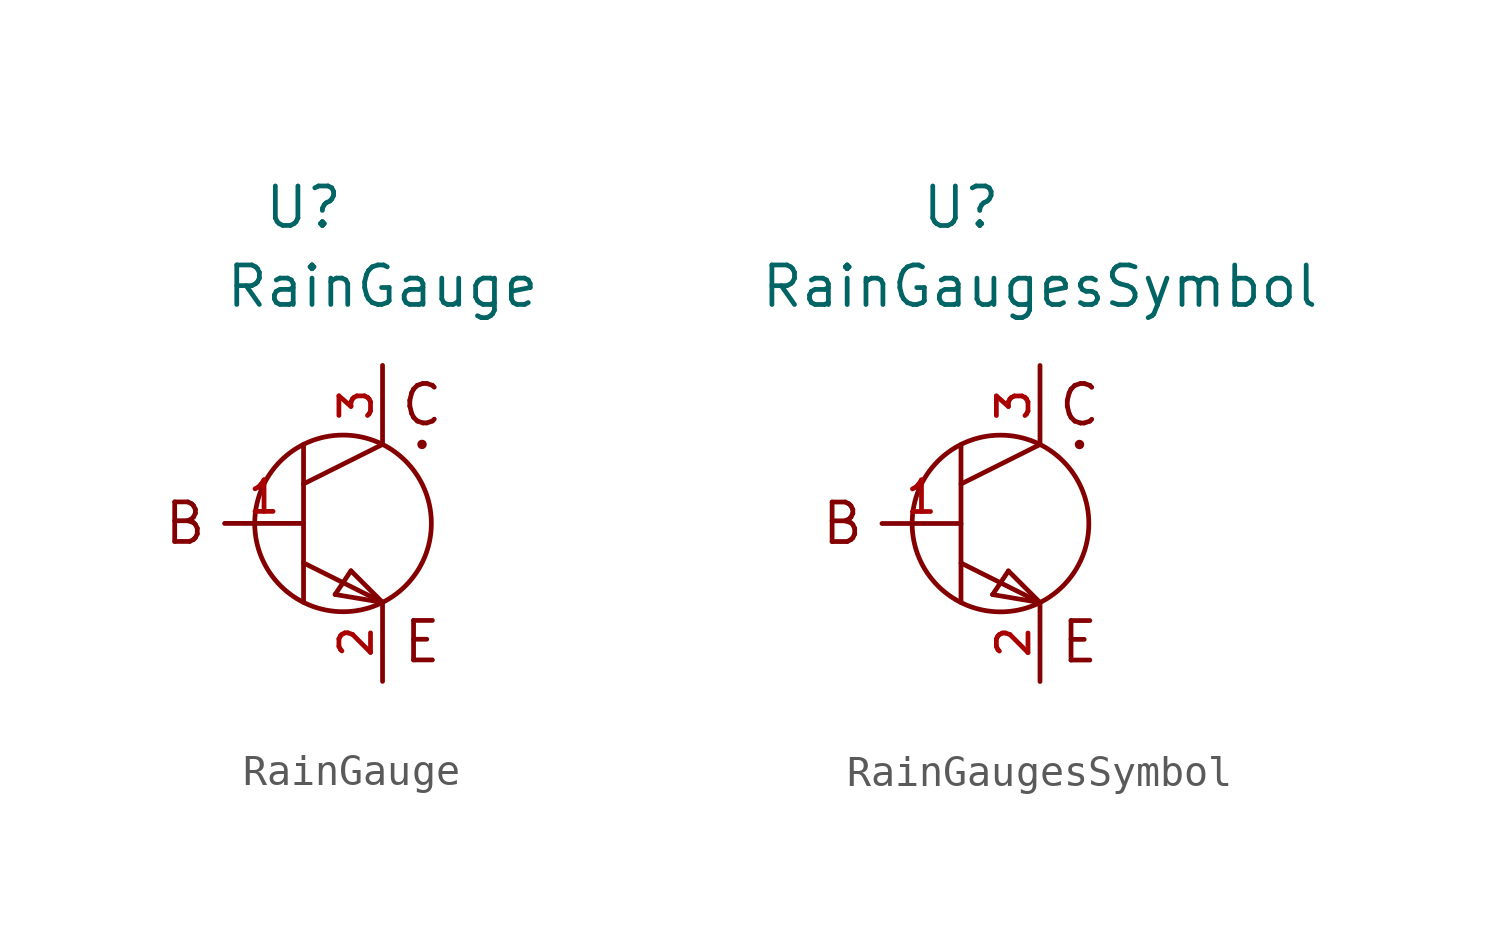
<source format=kicad_sym>
(kicad_symbol_lib
  (version 20211014)
  (generator kicad_symbol_editor)
  (symbol "RainGauge"
    (property "Reference" "U"
      (at -1.27 10.16 0)
      (effects (font (size 1.27 1.27))))
    (property "Value" "RainGauge"
      (at 1.27 7.62 0)
      (effects (font (size 1.27 1.27))))
    (symbol "RainGauge_0_0"
      (text "B" (at -5.08 0 0) (effects (font (size 1.27 1.27))))
      (text "C" (at 2.54 3.81 0) (effects (font (size 1.27 1.27))))
      (text "E" (at 2.54 -3.81 0) (effects (font (size 1.27 1.27)))))
    (symbol "RainGauge_0_1"
      (circle (center 0 0) (radius 2.84) (stroke (width 0) (type default) (color 0 0 0 0)) (fill (type none)))
      (circle (center 2.54 2.54) (radius 0.0001) (stroke (width 0) (type default) (color 0 0 0 0)) (fill (type none))))
    (symbol "RainGauge_1_1"
      (polyline (pts (xy -1.27 -1.27) (xy 1.27 -2.54)) (stroke (width 0) (type default) (color 0 0 0 0)) (fill (type none)))
      (polyline (pts (xy -1.27 1.27) (xy 1.27 2.54)) (stroke (width 0) (type default) (color 0 0 0 0)) (fill (type none)))
      (polyline (pts (xy -1.27 2.54) (xy -1.27 -2.54)) (stroke (width 0) (type default) (color 0 0 0 0)) (fill (type none)))
      (polyline (pts (xy -0.254 -2.286) (xy 0.254 -1.524)) (stroke (width 0) (type default) (color 0 0 0 0)) (fill (type none)))
      (polyline (pts (xy -0.254 -2.286) (xy 1.27 -2.54)) (stroke (width 0) (type default) (color 0 0 0 0)) (fill (type none)))
      (polyline (pts (xy 0.254 -1.524) (xy 1.27 -2.54)) (stroke (width 0) (type default) (color 0 0 0 0)) (fill (type none)))
      (pin unspecified line (at -3.81 0 0) (length 2.54) (name "BASE" (effects (font (size 0 0)))) (number "1" (effects (font (size 1.016 1.016)))))
      (pin unspecified line (at 1.27 -5.08 90) (length 2.54) (name "EMITTER" (effects (font (size 0 0)))) (number "2" (effects (font (size 1.016 1.016)))))
      (pin unspecified line (at 1.27 5.08 270) (length 2.54) (name "COLLECTOR" (effects (font (size 0 0)))) (number "3" (effects (font (size 1.016 1.016)))))))
  (symbol "RainGaugesSymbol"
    (property "Reference" "U"
      (at -1.27 10.16 0)
      (effects (font (size 1.27 1.27))))
    (property "Value" "RainGaugesSymbol"
      (at 1.27 7.62 0)
      (effects (font (size 1.27 1.27))))
    (symbol "RainGaugesSymbol_0_0"
      (text "B" (at -5.08 0 0) (effects (font (size 1.27 1.27))))
      (text "C" (at 2.54 3.81 0) (effects (font (size 1.27 1.27))))
      (text "E" (at 2.54 -3.81 0) (effects (font (size 1.27 1.27)))))
    (symbol "RainGaugesSymbol_0_1"
      (circle (center 0 0) (radius 2.84) (stroke (width 0) (type default) (color 0 0 0 0)) (fill (type none)))
      (circle (center 2.54 2.54) (radius 0.0001) (stroke (width 0) (type default) (color 0 0 0 0)) (fill (type none))))
    (symbol "RainGaugesSymbol_1_1"
      (polyline (pts (xy -1.27 -1.27) (xy 1.27 -2.54)) (stroke (width 0) (type default) (color 0 0 0 0)) (fill (type none)))
      (polyline (pts (xy -1.27 1.27) (xy 1.27 2.54)) (stroke (width 0) (type default) (color 0 0 0 0)) (fill (type none)))
      (polyline (pts (xy -1.27 2.54) (xy -1.27 -2.54)) (stroke (width 0) (type default) (color 0 0 0 0)) (fill (type none)))
      (polyline (pts (xy -0.254 -2.286) (xy 0.254 -1.524)) (stroke (width 0) (type default) (color 0 0 0 0)) (fill (type none)))
      (polyline (pts (xy -0.254 -2.286) (xy 1.27 -2.54)) (stroke (width 0) (type default) (color 0 0 0 0)) (fill (type none)))
      (polyline (pts (xy 0.254 -1.524) (xy 1.27 -2.54)) (stroke (width 0) (type default) (color 0 0 0 0)) (fill (type none)))
      (pin unspecified line (at -3.81 0 0) (length 2.54) (name "BASE" (effects (font (size 0 0)))) (number "1" (effects (font (size 1.016 1.016)))))
      (pin unspecified line (at 1.27 -5.08 90) (length 2.54) (name "EMITTER" (effects (font (size 0 0)))) (number "2" (effects (font (size 1.016 1.016)))))
      (pin unspecified line (at 1.27 5.08 270) (length 2.54) (name "COLLECTOR" (effects (font (size 0 0)))) (number "3" (effects (font (size 1.016 1.016))))))))
</source>
